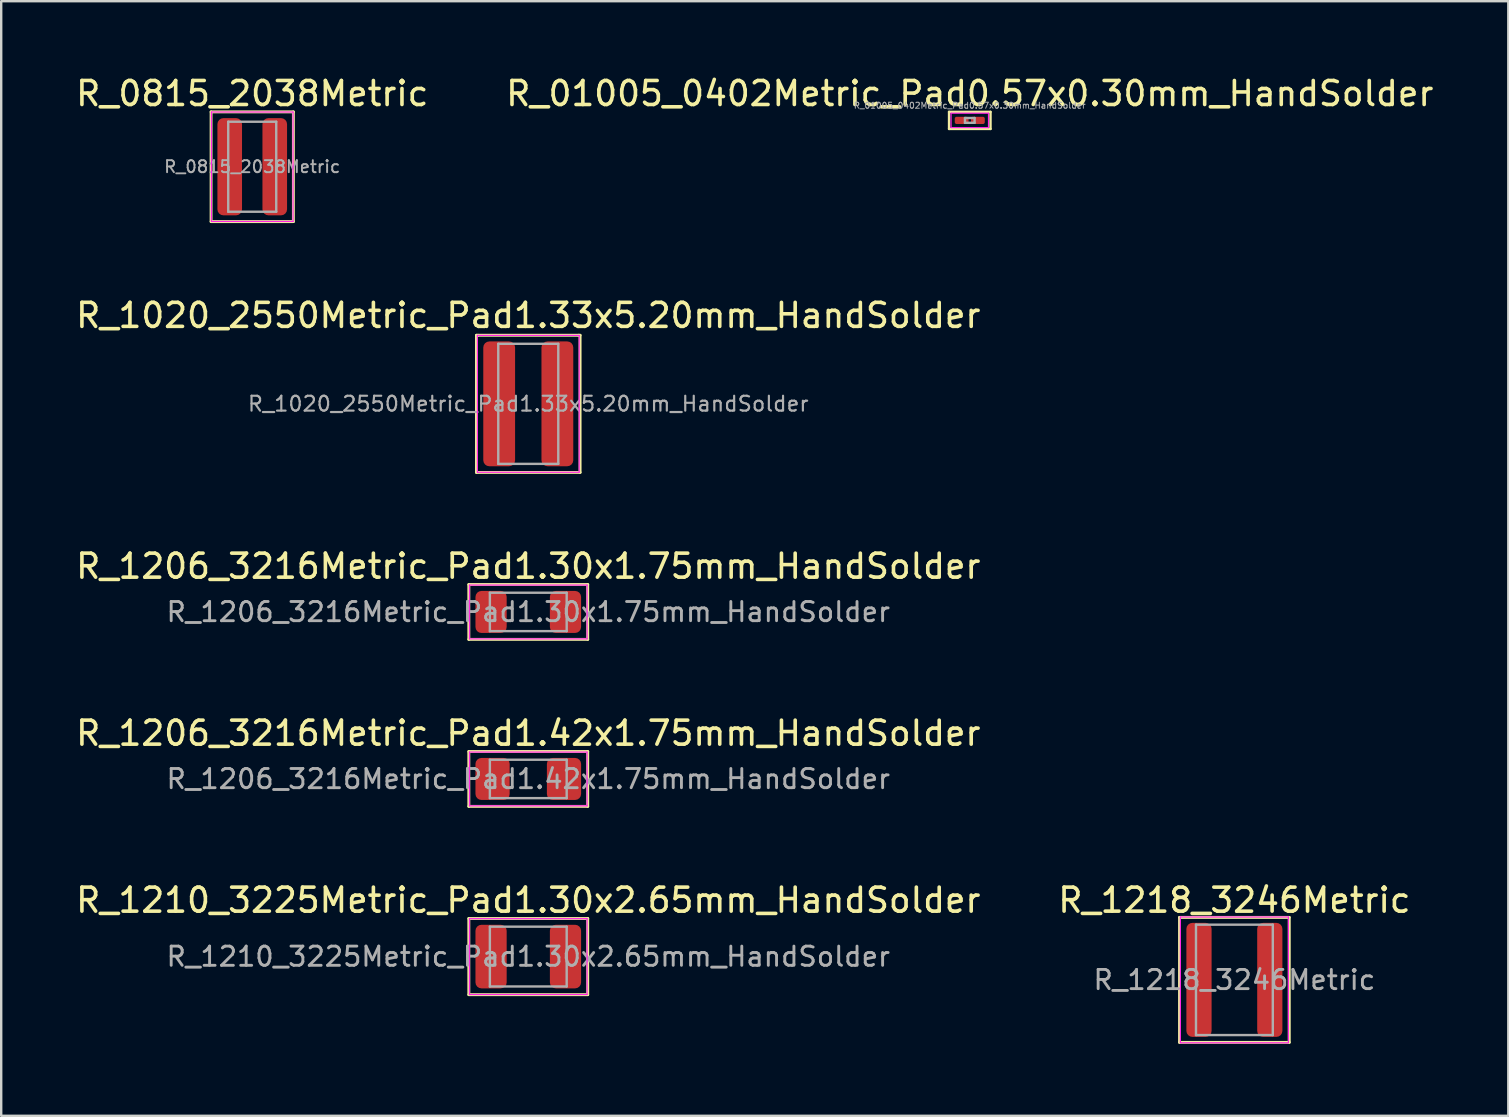
<source format=kicad_pcb>
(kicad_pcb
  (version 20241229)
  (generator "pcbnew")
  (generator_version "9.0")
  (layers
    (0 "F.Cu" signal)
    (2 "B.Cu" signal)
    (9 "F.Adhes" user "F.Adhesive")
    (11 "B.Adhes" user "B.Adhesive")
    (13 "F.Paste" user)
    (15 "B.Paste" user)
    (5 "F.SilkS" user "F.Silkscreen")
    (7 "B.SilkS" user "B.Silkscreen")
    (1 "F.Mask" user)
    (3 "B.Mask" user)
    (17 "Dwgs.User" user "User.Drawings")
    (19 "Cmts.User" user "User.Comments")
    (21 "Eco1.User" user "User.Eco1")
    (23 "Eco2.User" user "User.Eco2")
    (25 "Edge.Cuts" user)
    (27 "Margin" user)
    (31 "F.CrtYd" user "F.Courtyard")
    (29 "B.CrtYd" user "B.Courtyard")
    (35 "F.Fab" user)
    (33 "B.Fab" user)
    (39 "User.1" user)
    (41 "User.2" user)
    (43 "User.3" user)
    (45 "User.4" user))
  (footprint "R_0815_2038Metric"
    (layer "F.Cu")
    (at 7.458 3.896)
    (property "Reference" "R_0815_2038Metric" (at 0 -3.048 0) (layer "F.SilkS") (effects (font (size 1 1) (thickness 0.15))))
    (attr smd)
    (fp_line (start -1.714 -2.286) (end -1.714 2.286) (stroke (width 0.12) (type solid)) (layer "F.SilkS"))
    (fp_line (start -1.714 2.286) (end 1.714 2.286) (stroke (width 0.12) (type solid)) (layer "F.SilkS"))
    (fp_line (start 1.714 -2.286) (end -1.714 -2.286) (stroke (width 0.12) (type solid)) (layer "F.SilkS"))
    (fp_line (start 1.714 2.286) (end 1.714 -2.286) (stroke (width 0.12) (type solid)) (layer "F.SilkS"))
    (fp_line (start -1.7 -2.28) (end 1.7 -2.28) (stroke (width 0.05) (type solid)) (layer "F.CrtYd"))
    (fp_line (start -1.7 2.28) (end -1.7 -2.28) (stroke (width 0.05) (type solid)) (layer "F.CrtYd"))
    (fp_line (start 1.7 -2.28) (end 1.7 2.28) (stroke (width 0.05) (type solid)) (layer "F.CrtYd"))
    (fp_line (start 1.7 2.28) (end -1.7 2.28) (stroke (width 0.05) (type solid)) (layer "F.CrtYd"))
    (fp_line (start -1 -1.875) (end 1 -1.875) (stroke (width 0.1) (type solid)) (layer "F.Fab"))
    (fp_line (start -1 1.875) (end -1 -1.875) (stroke (width 0.1) (type solid)) (layer "F.Fab"))
    (fp_line (start 1 -1.875) (end 1 1.875) (stroke (width 0.1) (type solid)) (layer "F.Fab"))
    (fp_line (start 1 1.875) (end -1 1.875) (stroke (width 0.1) (type solid)) (layer "F.Fab"))
    (fp_text user "${REFERENCE}" (at 0 0 0) (layer "F.Fab") (effects (font (size 0.5 0.5) (thickness 0.08))))
    (pad "1" smd roundrect (at -0.938 0) (size 1.025 4.05) (layers "F.Cu" "F.Mask" "F.Paste") (roundrect_rratio 0.244))
    (pad "2" smd roundrect (at 0.938 0) (size 1.025 4.05) (layers "F.Cu" "F.Mask" "F.Paste") (roundrect_rratio 0.244)))
  (footprint "R_1206_3216Metric_Pad1.42x1.75mm_HandSolder"
    (layer "F.Cu")
    (at 18.958 29.401)
    (property "Reference" "R_1206_3216Metric_Pad1.42x1.75mm_HandSolder" (at 0 -1.905 0) (layer "F.SilkS") (effects (font (size 1 1) (thickness 0.15))))
    (attr smd)
    (fp_line (start -2.477 -1.143) (end -2.477 1.143) (stroke (width 0.12) (type solid)) (layer "F.SilkS"))
    (fp_line (start -2.477 1.143) (end 2.477 1.143) (stroke (width 0.12) (type solid)) (layer "F.SilkS"))
    (fp_line (start 2.477 -1.143) (end -2.477 -1.143) (stroke (width 0.12) (type solid)) (layer "F.SilkS"))
    (fp_line (start 2.477 1.143) (end 2.477 -1.143) (stroke (width 0.12) (type solid)) (layer "F.SilkS"))
    (fp_line (start -2.45 -1.12) (end 2.45 -1.12) (stroke (width 0.05) (type solid)) (layer "F.CrtYd"))
    (fp_line (start -2.45 1.12) (end -2.45 -1.12) (stroke (width 0.05) (type solid)) (layer "F.CrtYd"))
    (fp_line (start 2.45 -1.12) (end 2.45 1.12) (stroke (width 0.05) (type solid)) (layer "F.CrtYd"))
    (fp_line (start 2.45 1.12) (end -2.45 1.12) (stroke (width 0.05) (type solid)) (layer "F.CrtYd"))
    (fp_line (start -1.6 -0.8) (end 1.6 -0.8) (stroke (width 0.1) (type solid)) (layer "F.Fab"))
    (fp_line (start -1.6 0.8) (end -1.6 -0.8) (stroke (width 0.1) (type solid)) (layer "F.Fab"))
    (fp_line (start 1.6 -0.8) (end 1.6 0.8) (stroke (width 0.1) (type solid)) (layer "F.Fab"))
    (fp_line (start 1.6 0.8) (end -1.6 0.8) (stroke (width 0.1) (type solid)) (layer "F.Fab"))
    (fp_text user "${REFERENCE}" (at 0 0 0) (layer "F.Fab") (effects (font (size 0.8 0.8) (thickness 0.12))))
    (pad "1" smd roundrect (at -1.488 0) (size 1.425 1.75) (layers "F.Cu" "F.Mask" "F.Paste") (roundrect_rratio 0.175))
    (pad "2" smd roundrect (at 1.488 0) (size 1.425 1.75) (layers "F.Cu" "F.Mask" "F.Paste") (roundrect_rratio 0.175)))
  (footprint "R_01005_0402Metric_Pad0.57x0.30mm_HandSolder"
    (layer "F.Cu")
    (at 37.351 1.966)
    (property "Reference" "R_01005_0402Metric_Pad0.57x0.30mm_HandSolder" (at 0 -1.118 0) (layer "F.SilkS") (effects (font (size 1 1) (thickness 0.15))))
    (attr smd)
    (fp_line (start -0.864 -0.356) (end -0.864 0.356) (stroke (width 0.1) (type solid)) (layer "F.SilkS"))
    (fp_line (start -0.864 0.356) (end 0.864 0.356) (stroke (width 0.1) (type solid)) (layer "F.SilkS"))
    (fp_line (start 0.864 -0.356) (end -0.864 -0.356) (stroke (width 0.1) (type solid)) (layer "F.SilkS"))
    (fp_line (start 0.864 0.356) (end 0.864 -0.356) (stroke (width 0.1) (type solid)) (layer "F.SilkS"))
    (fp_line (start -0.78 -0.3) (end 0.78 -0.3) (stroke (width 0.05) (type solid)) (layer "F.CrtYd"))
    (fp_line (start -0.78 0.3) (end -0.78 -0.3) (stroke (width 0.05) (type solid)) (layer "F.CrtYd"))
    (fp_line (start 0.78 -0.3) (end 0.78 0.3) (stroke (width 0.05) (type solid)) (layer "F.CrtYd"))
    (fp_line (start 0.78 0.3) (end -0.78 0.3) (stroke (width 0.05) (type solid)) (layer "F.CrtYd"))
    (fp_line (start -0.2 -0.1) (end 0.2 -0.1) (stroke (width 0.1) (type solid)) (layer "F.Fab"))
    (fp_line (start -0.2 0.1) (end -0.2 -0.1) (stroke (width 0.1) (type solid)) (layer "F.Fab"))
    (fp_line (start 0.2 -0.1) (end 0.2 0.1) (stroke (width 0.1) (type solid)) (layer "F.Fab"))
    (fp_line (start 0.2 0.1) (end -0.2 0.1) (stroke (width 0.1) (type solid)) (layer "F.Fab"))
    (fp_text user "${REFERENCE}" (at 0 -0.62 0) (layer "F.Fab") (effects (font (size 0.25 0.25) (thickness 0.04))))
    (pad "" smd roundrect (at -0.362 0) (size 0.41 0.27) (layers "F.Paste") (roundrect_rratio 0.25))
    (pad "" smd roundrect (at 0.362 0) (size 0.41 0.27) (layers "F.Paste") (roundrect_rratio 0.25))
    (pad "1" smd roundrect (at -0.338 0) (size 0.575 0.3) (layers "F.Cu" "F.Mask") (roundrect_rratio 0.25))
    (pad "2" smd roundrect (at 0.338 0) (size 0.575 0.3) (layers "F.Cu" "F.Mask") (roundrect_rratio 0.25)))
  (footprint "R_1210_3225Metric_Pad1.30x2.65mm_HandSolder"
    (layer "F.Cu")
    (at 18.958 36.801)
    (property "Reference" "R_1210_3225Metric_Pad1.30x2.65mm_HandSolder" (at 0 -2.349 0) (layer "F.SilkS") (effects (font (size 1 1) (thickness 0.15))))
    (attr smd)
    (fp_line (start -2.477 -1.587) (end -2.477 1.587) (stroke (width 0.12) (type solid)) (layer "F.SilkS"))
    (fp_line (start -2.477 1.587) (end 2.477 1.587) (stroke (width 0.12) (type solid)) (layer "F.SilkS"))
    (fp_line (start 2.477 -1.587) (end -2.477 -1.587) (stroke (width 0.12) (type solid)) (layer "F.SilkS"))
    (fp_line (start 2.477 1.587) (end 2.477 -1.587) (stroke (width 0.12) (type solid)) (layer "F.SilkS"))
    (fp_line (start -2.45 -1.58) (end 2.45 -1.58) (stroke (width 0.05) (type solid)) (layer "F.CrtYd"))
    (fp_line (start -2.45 1.58) (end -2.45 -1.58) (stroke (width 0.05) (type solid)) (layer "F.CrtYd"))
    (fp_line (start 2.45 -1.58) (end 2.45 1.58) (stroke (width 0.05) (type solid)) (layer "F.CrtYd"))
    (fp_line (start 2.45 1.58) (end -2.45 1.58) (stroke (width 0.05) (type solid)) (layer "F.CrtYd"))
    (fp_line (start -1.6 -1.245) (end 1.6 -1.245) (stroke (width 0.1) (type solid)) (layer "F.Fab"))
    (fp_line (start -1.6 1.245) (end -1.6 -1.245) (stroke (width 0.1) (type solid)) (layer "F.Fab"))
    (fp_line (start 1.6 -1.245) (end 1.6 1.245) (stroke (width 0.1) (type solid)) (layer "F.Fab"))
    (fp_line (start 1.6 1.245) (end -1.6 1.245) (stroke (width 0.1) (type solid)) (layer "F.Fab"))
    (fp_text user "${REFERENCE}" (at 0 0 0) (layer "F.Fab") (effects (font (size 0.8 0.8) (thickness 0.12))))
    (pad "1" smd roundrect (at -1.55 0) (size 1.3 2.65) (layers "F.Cu" "F.Mask" "F.Paste") (roundrect_rratio 0.192))
    (pad "2" smd roundrect (at 1.55 0) (size 1.3 2.65) (layers "F.Cu" "F.Mask" "F.Paste") (roundrect_rratio 0.192)))
  (footprint "R_1206_3216Metric_Pad1.30x1.75mm_HandSolder"
    (layer "F.Cu")
    (at 18.958 22.444)
    (property "Reference" "R_1206_3216Metric_Pad1.30x1.75mm_HandSolder" (at 0 -1.905 0) (layer "F.SilkS") (effects (font (size 1 1) (thickness 0.15))))
    (attr smd)
    (fp_line (start -2.477 -1.143) (end -2.477 1.143) (stroke (width 0.12) (type solid)) (layer "F.SilkS"))
    (fp_line (start -2.477 1.143) (end 2.477 1.143) (stroke (width 0.12) (type solid)) (layer "F.SilkS"))
    (fp_line (start 2.477 -1.143) (end -2.477 -1.143) (stroke (width 0.12) (type solid)) (layer "F.SilkS"))
    (fp_line (start 2.477 1.143) (end 2.477 -1.143) (stroke (width 0.12) (type solid)) (layer "F.SilkS"))
    (fp_line (start -2.45 -1.12) (end 2.45 -1.12) (stroke (width 0.05) (type solid)) (layer "F.CrtYd"))
    (fp_line (start -2.45 1.12) (end -2.45 -1.12) (stroke (width 0.05) (type solid)) (layer "F.CrtYd"))
    (fp_line (start 2.45 -1.12) (end 2.45 1.12) (stroke (width 0.05) (type solid)) (layer "F.CrtYd"))
    (fp_line (start 2.45 1.12) (end -2.45 1.12) (stroke (width 0.05) (type solid)) (layer "F.CrtYd"))
    (fp_line (start -1.6 -0.8) (end 1.6 -0.8) (stroke (width 0.1) (type solid)) (layer "F.Fab"))
    (fp_line (start -1.6 0.8) (end -1.6 -0.8) (stroke (width 0.1) (type solid)) (layer "F.Fab"))
    (fp_line (start 1.6 -0.8) (end 1.6 0.8) (stroke (width 0.1) (type solid)) (layer "F.Fab"))
    (fp_line (start 1.6 0.8) (end -1.6 0.8) (stroke (width 0.1) (type solid)) (layer "F.Fab"))
    (fp_text user "${REFERENCE}" (at 0 0 0) (layer "F.Fab") (effects (font (size 0.8 0.8) (thickness 0.12))))
    (pad "1" smd roundrect (at -1.55 0) (size 1.3 1.75) (layers "F.Cu" "F.Mask" "F.Paste") (roundrect_rratio 0.192))
    (pad "2" smd roundrect (at 1.55 0) (size 1.3 1.75) (layers "F.Cu" "F.Mask" "F.Paste") (roundrect_rratio 0.192)))
  (footprint "R_1218_3246Metric"
    (layer "F.Cu")
    (at 48.375 37.772)
    (property "Reference" "R_1218_3246Metric" (at 0 -3.32 0) (layer "F.SilkS") (effects (font (size 1 1) (thickness 0.15))))
    (attr smd)
    (fp_line (start -2.286 -2.603) (end -2.286 2.603) (stroke (width 0.12) (type solid)) (layer "F.SilkS"))
    (fp_line (start -2.286 2.603) (end 2.286 2.603) (stroke (width 0.12) (type solid)) (layer "F.SilkS"))
    (fp_line (start 2.286 -2.603) (end -2.286 -2.603) (stroke (width 0.12) (type solid)) (layer "F.SilkS"))
    (fp_line (start 2.286 2.603) (end 2.286 -2.603) (stroke (width 0.12) (type solid)) (layer "F.SilkS"))
    (fp_line (start -2.25 -2.62) (end 2.25 -2.62) (stroke (width 0.05) (type solid)) (layer "F.CrtYd"))
    (fp_line (start -2.25 2.62) (end -2.25 -2.62) (stroke (width 0.05) (type solid)) (layer "F.CrtYd"))
    (fp_line (start 2.25 -2.62) (end 2.25 2.62) (stroke (width 0.05) (type solid)) (layer "F.CrtYd"))
    (fp_line (start 2.25 2.62) (end -2.25 2.62) (stroke (width 0.05) (type solid)) (layer "F.CrtYd"))
    (fp_line (start -1.6 -2.3) (end 1.6 -2.3) (stroke (width 0.1) (type solid)) (layer "F.Fab"))
    (fp_line (start -1.6 2.3) (end -1.6 -2.3) (stroke (width 0.1) (type solid)) (layer "F.Fab"))
    (fp_line (start 1.6 -2.3) (end 1.6 2.3) (stroke (width 0.1) (type solid)) (layer "F.Fab"))
    (fp_line (start 1.6 2.3) (end -1.6 2.3) (stroke (width 0.1) (type solid)) (layer "F.Fab"))
    (fp_text user "${REFERENCE}" (at 0 0 0) (layer "F.Fab") (effects (font (size 0.8 0.8) (thickness 0.12))))
    (pad "1" smd roundrect (at -1.475 0) (size 1.05 4.75) (layers "F.Cu" "F.Mask" "F.Paste") (roundrect_rratio 0.238))
    (pad "2" smd roundrect (at 1.475 0) (size 1.05 4.75) (layers "F.Cu" "F.Mask" "F.Paste") (roundrect_rratio 0.238)))
  (footprint "R_1020_2550Metric_Pad1.33x5.20mm_HandSolder"
    (layer "F.Cu")
    (at 18.958 13.774)
    (property "Reference" "R_1020_2550Metric_Pad1.33x5.20mm_HandSolder" (at 0 -3.683 0) (layer "F.SilkS") (effects (font (size 1 1) (thickness 0.15))))
    (attr smd)
    (fp_line (start -2.159 -2.857) (end -2.159 2.857) (stroke (width 0.12) (type solid)) (layer "F.SilkS"))
    (fp_line (start -2.159 2.857) (end 2.159 2.857) (stroke (width 0.12) (type solid)) (layer "F.SilkS"))
    (fp_line (start -2.095 -2.857) (end -2.159 -2.857) (stroke (width 0.12) (type solid)) (layer "F.SilkS"))
    (fp_line (start 2.095 -2.857) (end -2.095 -2.857) (stroke (width 0.12) (type solid)) (layer "F.SilkS"))
    (fp_line (start 2.159 -2.857) (end 2.095 -2.857) (stroke (width 0.12) (type solid)) (layer "F.SilkS"))
    (fp_line (start 2.159 2.857) (end 2.159 -2.857) (stroke (width 0.12) (type solid)) (layer "F.SilkS"))
    (fp_line (start -2.12 -2.85) (end 2.12 -2.85) (stroke (width 0.05) (type solid)) (layer "F.CrtYd"))
    (fp_line (start -2.12 2.85) (end -2.12 -2.85) (stroke (width 0.05) (type solid)) (layer "F.CrtYd"))
    (fp_line (start 2.12 -2.85) (end 2.12 2.85) (stroke (width 0.05) (type solid)) (layer "F.CrtYd"))
    (fp_line (start 2.12 2.85) (end -2.12 2.85) (stroke (width 0.05) (type solid)) (layer "F.CrtYd"))
    (fp_line (start -1.25 -2.5) (end 1.25 -2.5) (stroke (width 0.1) (type solid)) (layer "F.Fab"))
    (fp_line (start -1.25 2.5) (end -1.25 -2.5) (stroke (width 0.1) (type solid)) (layer "F.Fab"))
    (fp_line (start 1.25 -2.5) (end 1.25 2.5) (stroke (width 0.1) (type solid)) (layer "F.Fab"))
    (fp_line (start 1.25 2.5) (end -1.25 2.5) (stroke (width 0.1) (type solid)) (layer "F.Fab"))
    (fp_text user "${REFERENCE}" (at 0 0 0) (layer "F.Fab") (effects (font (size 0.62 0.62) (thickness 0.09))))
    (pad "1" smd roundrect (at -1.212 0) (size 1.325 5.2) (layers "F.Cu" "F.Mask" "F.Paste") (roundrect_rratio 0.189))
    (pad "2" smd roundrect (at 1.212 0) (size 1.325 5.2) (layers "F.Cu" "F.Mask" "F.Paste") (roundrect_rratio 0.189)))
  (gr_rect
    (start -3 -3)
    (end 59.786 43.435)
    (stroke (width 0.1) (type default))
    (fill no)
    (layer "Edge.Cuts")))
</source>
